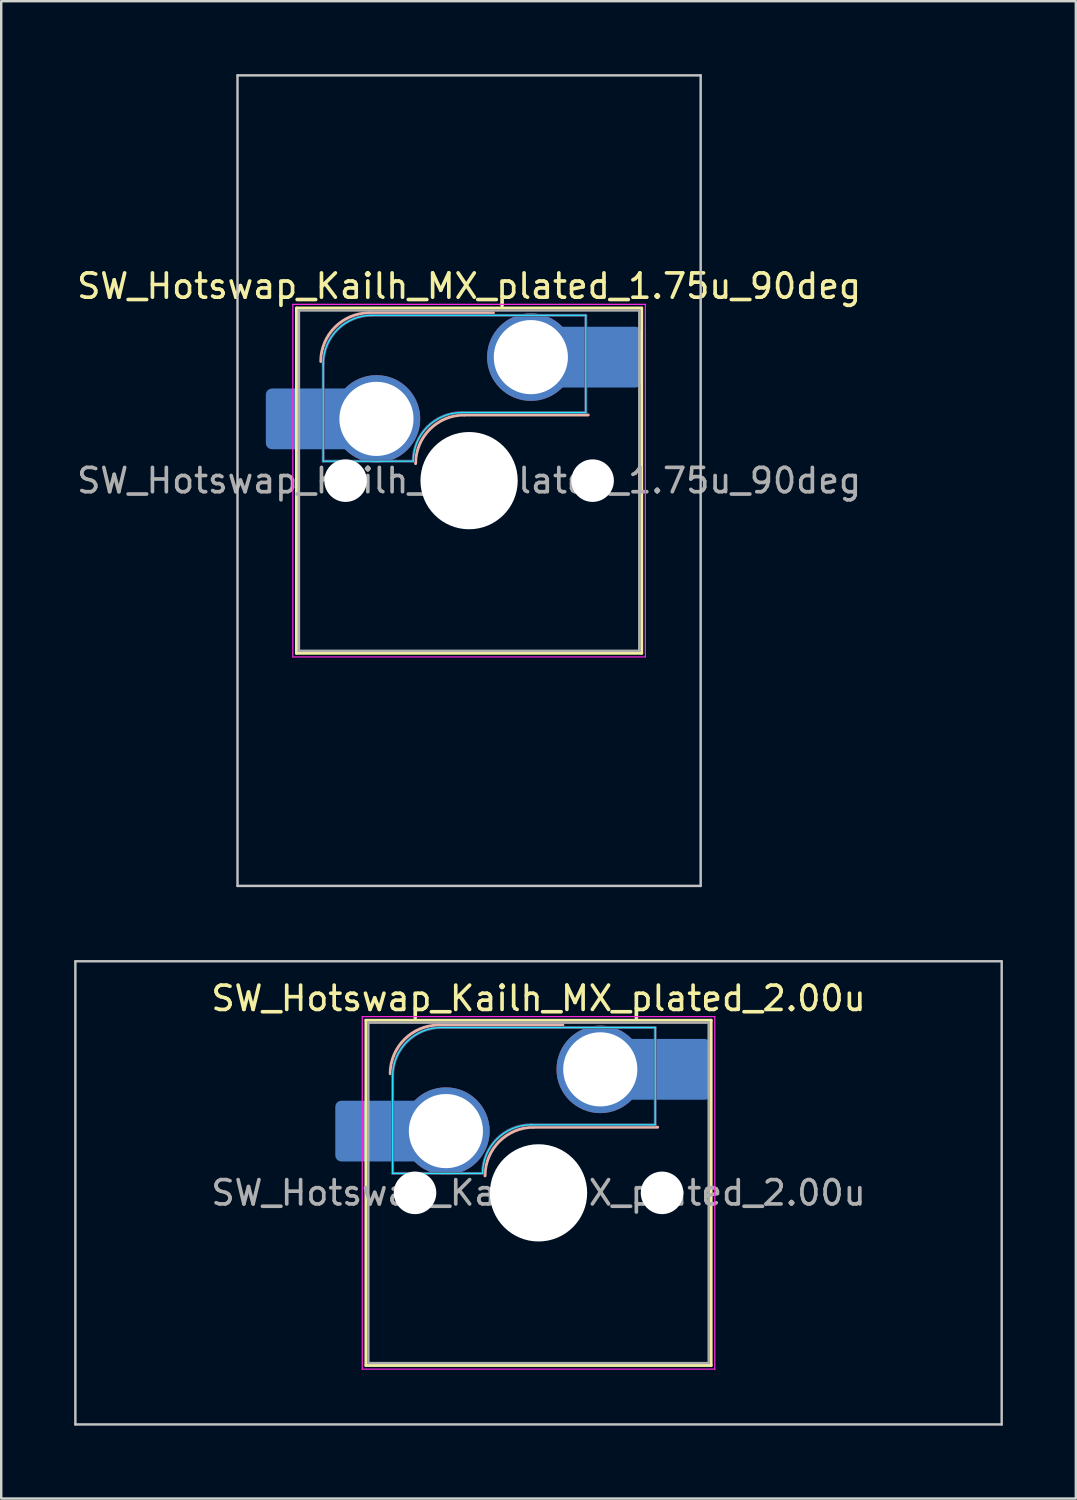
<source format=kicad_pcb>
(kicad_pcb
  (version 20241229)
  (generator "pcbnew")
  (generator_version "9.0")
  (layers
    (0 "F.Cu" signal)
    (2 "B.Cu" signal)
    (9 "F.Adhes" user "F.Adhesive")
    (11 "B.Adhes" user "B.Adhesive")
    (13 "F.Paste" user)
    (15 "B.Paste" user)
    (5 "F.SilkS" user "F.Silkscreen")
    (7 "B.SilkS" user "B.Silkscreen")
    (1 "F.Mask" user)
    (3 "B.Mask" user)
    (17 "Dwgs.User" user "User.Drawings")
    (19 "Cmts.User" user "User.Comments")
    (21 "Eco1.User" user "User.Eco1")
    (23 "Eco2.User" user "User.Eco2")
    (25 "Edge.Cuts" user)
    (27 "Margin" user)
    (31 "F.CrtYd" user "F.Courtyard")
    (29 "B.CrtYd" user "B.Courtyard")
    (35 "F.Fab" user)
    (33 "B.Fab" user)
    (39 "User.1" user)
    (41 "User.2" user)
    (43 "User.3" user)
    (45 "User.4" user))
  (footprint "SW_Hotswap_Kailh_MX_plated_1.75u_90deg"
    (layer "F.Cu")
    (at 16.244 16.719)
    (property "Reference" "SW_Hotswap_Kailh_MX_plated_1.75u_90deg" (at 0 -8 0) (layer "F.SilkS") (effects (font (size 1 1) (thickness 0.15))))
    (attr smd)
    (fp_line (start -7.1 -7.1) (end -7.1 7.1) (stroke (width 0.12) (type solid)) (layer "F.SilkS"))
    (fp_line (start -7.1 7.1) (end 7.1 7.1) (stroke (width 0.12) (type solid)) (layer "F.SilkS"))
    (fp_line (start 7.1 -7.1) (end -7.1 -7.1) (stroke (width 0.12) (type solid)) (layer "F.SilkS"))
    (fp_line (start 7.1 7.1) (end 7.1 -7.1) (stroke (width 0.12) (type solid)) (layer "F.SilkS"))
    (fp_line (start -4.1 -6.9) (end 1 -6.9) (stroke (width 0.12) (type solid)) (layer "B.SilkS"))
    (fp_line (start -0.2 -2.7) (end 4.9 -2.7) (stroke (width 0.12) (type solid)) (layer "B.SilkS"))
    (fp_arc (start -6.1 -4.9) (mid -5.514214 -6.314214) (end -4.1 -6.9) (stroke (width 0.12) (type solid)) (layer "B.SilkS"))
    (fp_arc (start -2.2 -0.7) (mid -1.614214 -2.114214) (end -0.2 -2.7) (stroke (width 0.12) (type solid)) (layer "B.SilkS"))
    (fp_line (start -9.525 -16.669) (end 9.525 -16.669) (stroke (width 0.1) (type solid)) (layer "Dwgs.User"))
    (fp_line (start -9.525 16.669) (end -9.525 -16.669) (stroke (width 0.1) (type solid)) (layer "Dwgs.User"))
    (fp_line (start 9.525 -16.669) (end 9.525 16.669) (stroke (width 0.1) (type solid)) (layer "Dwgs.User"))
    (fp_line (start 9.525 16.669) (end -9.525 16.669) (stroke (width 0.1) (type solid)) (layer "Dwgs.User"))
    (fp_line (start -7.8 -6) (end -7 -6) (stroke (width 0.1) (type solid)) (layer "Eco1.User"))
    (fp_line (start -7.8 -2.9) (end -7.8 -6) (stroke (width 0.1) (type solid)) (layer "Eco1.User"))
    (fp_line (start -7.8 2.9) (end -7 2.9) (stroke (width 0.1) (type solid)) (layer "Eco1.User"))
    (fp_line (start -7.8 6) (end -7.8 2.9) (stroke (width 0.1) (type solid)) (layer "Eco1.User"))
    (fp_line (start -7 -7) (end 7 -7) (stroke (width 0.1) (type solid)) (layer "Eco1.User"))
    (fp_line (start -7 -6) (end -7 -7) (stroke (width 0.1) (type solid)) (layer "Eco1.User"))
    (fp_line (start -7 -2.9) (end -7.8 -2.9) (stroke (width 0.1) (type solid)) (layer "Eco1.User"))
    (fp_line (start -7 2.9) (end -7 -2.9) (stroke (width 0.1) (type solid)) (layer "Eco1.User"))
    (fp_line (start -7 6) (end -7.8 6) (stroke (width 0.1) (type solid)) (layer "Eco1.User"))
    (fp_line (start -7 7) (end -7 6) (stroke (width 0.1) (type solid)) (layer "Eco1.User"))
    (fp_line (start 7 -7) (end 7 -6) (stroke (width 0.1) (type solid)) (layer "Eco1.User"))
    (fp_line (start 7 -6) (end 7.8 -6) (stroke (width 0.1) (type solid)) (layer "Eco1.User"))
    (fp_line (start 7 -2.9) (end 7 2.9) (stroke (width 0.1) (type solid)) (layer "Eco1.User"))
    (fp_line (start 7 2.9) (end 7.8 2.9) (stroke (width 0.1) (type solid)) (layer "Eco1.User"))
    (fp_line (start 7 6) (end 7 7) (stroke (width 0.1) (type solid)) (layer "Eco1.User"))
    (fp_line (start 7 7) (end -7 7) (stroke (width 0.1) (type solid)) (layer "Eco1.User"))
    (fp_line (start 7.8 -6) (end 7.8 -2.9) (stroke (width 0.1) (type solid)) (layer "Eco1.User"))
    (fp_line (start 7.8 -2.9) (end 7 -2.9) (stroke (width 0.1) (type solid)) (layer "Eco1.User"))
    (fp_line (start 7.8 2.9) (end 7.8 6) (stroke (width 0.1) (type solid)) (layer "Eco1.User"))
    (fp_line (start 7.8 6) (end 7 6) (stroke (width 0.1) (type solid)) (layer "Eco1.User"))
    (fp_line (start -6 -0.8) (end -6 -4.8) (stroke (width 0.05) (type solid)) (layer "B.CrtYd"))
    (fp_line (start -6 -0.8) (end -2.3 -0.8) (stroke (width 0.05) (type solid)) (layer "B.CrtYd"))
    (fp_line (start -4 -6.8) (end 4.8 -6.8) (stroke (width 0.05) (type solid)) (layer "B.CrtYd"))
    (fp_line (start -0.3 -2.8) (end 4.8 -2.8) (stroke (width 0.05) (type solid)) (layer "B.CrtYd"))
    (fp_line (start 4.8 -6.8) (end 4.8 -2.8) (stroke (width 0.05) (type solid)) (layer "B.CrtYd"))
    (fp_arc (start -6 -4.8) (mid -5.414214 -6.214214) (end -4 -6.8) (stroke (width 0.05) (type solid)) (layer "B.CrtYd"))
    (fp_arc (start -2.3 -0.8) (mid -1.714214 -2.214214) (end -0.3 -2.8) (stroke (width 0.05) (type solid)) (layer "B.CrtYd"))
    (fp_line (start -7.25 -7.25) (end -7.25 7.25) (stroke (width 0.05) (type solid)) (layer "F.CrtYd"))
    (fp_line (start -7.25 7.25) (end 7.25 7.25) (stroke (width 0.05) (type solid)) (layer "F.CrtYd"))
    (fp_line (start 7.25 -7.25) (end -7.25 -7.25) (stroke (width 0.05) (type solid)) (layer "F.CrtYd"))
    (fp_line (start 7.25 7.25) (end 7.25 -7.25) (stroke (width 0.05) (type solid)) (layer "F.CrtYd"))
    (fp_line (start -6 -0.8) (end -6 -4.8) (stroke (width 0.12) (type solid)) (layer "B.Fab"))
    (fp_line (start -6 -0.8) (end -2.3 -0.8) (stroke (width 0.12) (type solid)) (layer "B.Fab"))
    (fp_line (start -4 -6.8) (end 4.8 -6.8) (stroke (width 0.12) (type solid)) (layer "B.Fab"))
    (fp_line (start -0.3 -2.8) (end 4.8 -2.8) (stroke (width 0.12) (type solid)) (layer "B.Fab"))
    (fp_line (start 4.8 -6.8) (end 4.8 -2.8) (stroke (width 0.12) (type solid)) (layer "B.Fab"))
    (fp_arc (start -6 -4.8) (mid -5.414214 -6.214214) (end -4 -6.8) (stroke (width 0.12) (type solid)) (layer "B.Fab"))
    (fp_arc (start -2.3 -0.8) (mid -1.714214 -2.214214) (end -0.3 -2.8) (stroke (width 0.12) (type solid)) (layer "B.Fab"))
    (fp_line (start -7 -7) (end -7 7) (stroke (width 0.1) (type solid)) (layer "F.Fab"))
    (fp_line (start -7 7) (end 7 7) (stroke (width 0.1) (type solid)) (layer "F.Fab"))
    (fp_line (start 7 -7) (end -7 -7) (stroke (width 0.1) (type solid)) (layer "F.Fab"))
    (fp_line (start 7 7) (end 7 -7) (stroke (width 0.1) (type solid)) (layer "F.Fab"))
    (fp_text user "${REFERENCE}" (at 0 0 0) (layer "F.Fab") (effects (font (size 1 1) (thickness 0.15))))
    (pad "" smd roundrect (at -7.085 -2.54) (size 2.55 2.5) (layers "B.Mask" "B.Paste") (roundrect_rratio 0.1))
    (pad "" np_thru_hole circle (at -5.08 0) (size 1.75 1.75) (drill 1.75) (layers "*.Cu" "*.Mask"))
    (pad "" smd circle (at -3.81 -2.54) (size 3.1 3.1) (layers "F.Mask"))
    (pad "" np_thru_hole circle (at 0 0) (size 4 4) (drill 4) (layers "*.Cu" "*.Mask"))
    (pad "" smd circle (at 2.54 -5.08) (size 3.1 3.1) (layers "F.Mask"))
    (pad "" np_thru_hole circle (at 5.08 0) (size 1.75 1.75) (drill 1.75) (layers "*.Cu" "*.Mask"))
    (pad "" smd roundrect (at 5.842 -5.08) (size 2.55 2.5) (layers "B.Mask" "B.Paste") (roundrect_rratio 0.1))
    (pad "1" smd roundrect (at -6.585 -2.54) (size 3.55 2.5) (layers "B.Cu") (roundrect_rratio 0.1))
    (pad "1" thru_hole circle (at -3.81 -2.54) (size 3.6 3.6) (drill 3.05) (layers "*.Cu" "B.Mask"))
    (pad "2" thru_hole circle (at 2.54 -5.08) (size 3.6 3.6) (drill 3.05) (layers "*.Cu" "B.Mask"))
    (pad "2" smd roundrect (at 5.32 -5.08) (size 3.55 2.5) (layers "B.Cu") (roundrect_rratio 0.1)))
  (footprint "SW_Hotswap_Kailh_MX_plated_2.00u"
    (layer "F.Cu")
    (at 19.1 46.013)
    (property "Reference" "SW_Hotswap_Kailh_MX_plated_2.00u" (at 0 -8 0) (layer "F.SilkS") (effects (font (size 1 1) (thickness 0.15))))
    (attr smd)
    (fp_line (start -7.1 -7.1) (end -7.1 7.1) (stroke (width 0.12) (type solid)) (layer "F.SilkS"))
    (fp_line (start -7.1 7.1) (end 7.1 7.1) (stroke (width 0.12) (type solid)) (layer "F.SilkS"))
    (fp_line (start 7.1 -7.1) (end -7.1 -7.1) (stroke (width 0.12) (type solid)) (layer "F.SilkS"))
    (fp_line (start 7.1 7.1) (end 7.1 -7.1) (stroke (width 0.12) (type solid)) (layer "F.SilkS"))
    (fp_line (start -4.1 -6.9) (end 1 -6.9) (stroke (width 0.12) (type solid)) (layer "B.SilkS"))
    (fp_line (start -0.2 -2.7) (end 4.9 -2.7) (stroke (width 0.12) (type solid)) (layer "B.SilkS"))
    (fp_arc (start -6.1 -4.9) (mid -5.514214 -6.314214) (end -4.1 -6.9) (stroke (width 0.12) (type solid)) (layer "B.SilkS"))
    (fp_arc (start -2.2 -0.7) (mid -1.614214 -2.114214) (end -0.2 -2.7) (stroke (width 0.12) (type solid)) (layer "B.SilkS"))
    (fp_line (start -19.05 -9.525) (end -19.05 9.525) (stroke (width 0.1) (type solid)) (layer "Dwgs.User"))
    (fp_line (start -19.05 9.525) (end 19.05 9.525) (stroke (width 0.1) (type solid)) (layer "Dwgs.User"))
    (fp_line (start 19.05 -9.525) (end -19.05 -9.525) (stroke (width 0.1) (type solid)) (layer "Dwgs.User"))
    (fp_line (start 19.05 9.525) (end 19.05 -9.525) (stroke (width 0.1) (type solid)) (layer "Dwgs.User"))
    (fp_line (start -7.8 -6) (end -7 -6) (stroke (width 0.1) (type solid)) (layer "Eco1.User"))
    (fp_line (start -7.8 -2.9) (end -7.8 -6) (stroke (width 0.1) (type solid)) (layer "Eco1.User"))
    (fp_line (start -7.8 2.9) (end -7 2.9) (stroke (width 0.1) (type solid)) (layer "Eco1.User"))
    (fp_line (start -7.8 6) (end -7.8 2.9) (stroke (width 0.1) (type solid)) (layer "Eco1.User"))
    (fp_line (start -7 -7) (end 7 -7) (stroke (width 0.1) (type solid)) (layer "Eco1.User"))
    (fp_line (start -7 -6) (end -7 -7) (stroke (width 0.1) (type solid)) (layer "Eco1.User"))
    (fp_line (start -7 -2.9) (end -7.8 -2.9) (stroke (width 0.1) (type solid)) (layer "Eco1.User"))
    (fp_line (start -7 2.9) (end -7 -2.9) (stroke (width 0.1) (type solid)) (layer "Eco1.User"))
    (fp_line (start -7 6) (end -7.8 6) (stroke (width 0.1) (type solid)) (layer "Eco1.User"))
    (fp_line (start -7 7) (end -7 6) (stroke (width 0.1) (type solid)) (layer "Eco1.User"))
    (fp_line (start 7 -7) (end 7 -6) (stroke (width 0.1) (type solid)) (layer "Eco1.User"))
    (fp_line (start 7 -6) (end 7.8 -6) (stroke (width 0.1) (type solid)) (layer "Eco1.User"))
    (fp_line (start 7 -2.9) (end 7 2.9) (stroke (width 0.1) (type solid)) (layer "Eco1.User"))
    (fp_line (start 7 2.9) (end 7.8 2.9) (stroke (width 0.1) (type solid)) (layer "Eco1.User"))
    (fp_line (start 7 6) (end 7 7) (stroke (width 0.1) (type solid)) (layer "Eco1.User"))
    (fp_line (start 7 7) (end -7 7) (stroke (width 0.1) (type solid)) (layer "Eco1.User"))
    (fp_line (start 7.8 -6) (end 7.8 -2.9) (stroke (width 0.1) (type solid)) (layer "Eco1.User"))
    (fp_line (start 7.8 -2.9) (end 7 -2.9) (stroke (width 0.1) (type solid)) (layer "Eco1.User"))
    (fp_line (start 7.8 2.9) (end 7.8 6) (stroke (width 0.1) (type solid)) (layer "Eco1.User"))
    (fp_line (start 7.8 6) (end 7 6) (stroke (width 0.1) (type solid)) (layer "Eco1.User"))
    (fp_line (start -6 -0.8) (end -6 -4.8) (stroke (width 0.05) (type solid)) (layer "B.CrtYd"))
    (fp_line (start -6 -0.8) (end -2.3 -0.8) (stroke (width 0.05) (type solid)) (layer "B.CrtYd"))
    (fp_line (start -4 -6.8) (end 4.8 -6.8) (stroke (width 0.05) (type solid)) (layer "B.CrtYd"))
    (fp_line (start -0.3 -2.8) (end 4.8 -2.8) (stroke (width 0.05) (type solid)) (layer "B.CrtYd"))
    (fp_line (start 4.8 -6.8) (end 4.8 -2.8) (stroke (width 0.05) (type solid)) (layer "B.CrtYd"))
    (fp_arc (start -6 -4.8) (mid -5.414214 -6.214214) (end -4 -6.8) (stroke (width 0.05) (type solid)) (layer "B.CrtYd"))
    (fp_arc (start -2.3 -0.8) (mid -1.714214 -2.214214) (end -0.3 -2.8) (stroke (width 0.05) (type solid)) (layer "B.CrtYd"))
    (fp_line (start -7.25 -7.25) (end -7.25 7.25) (stroke (width 0.05) (type solid)) (layer "F.CrtYd"))
    (fp_line (start -7.25 7.25) (end 7.25 7.25) (stroke (width 0.05) (type solid)) (layer "F.CrtYd"))
    (fp_line (start 7.25 -7.25) (end -7.25 -7.25) (stroke (width 0.05) (type solid)) (layer "F.CrtYd"))
    (fp_line (start 7.25 7.25) (end 7.25 -7.25) (stroke (width 0.05) (type solid)) (layer "F.CrtYd"))
    (fp_line (start -6 -0.8) (end -6 -4.8) (stroke (width 0.12) (type solid)) (layer "B.Fab"))
    (fp_line (start -6 -0.8) (end -2.3 -0.8) (stroke (width 0.12) (type solid)) (layer "B.Fab"))
    (fp_line (start -4 -6.8) (end 4.8 -6.8) (stroke (width 0.12) (type solid)) (layer "B.Fab"))
    (fp_line (start -0.3 -2.8) (end 4.8 -2.8) (stroke (width 0.12) (type solid)) (layer "B.Fab"))
    (fp_line (start 4.8 -6.8) (end 4.8 -2.8) (stroke (width 0.12) (type solid)) (layer "B.Fab"))
    (fp_arc (start -6 -4.8) (mid -5.414214 -6.214214) (end -4 -6.8) (stroke (width 0.12) (type solid)) (layer "B.Fab"))
    (fp_arc (start -2.3 -0.8) (mid -1.714214 -2.214214) (end -0.3 -2.8) (stroke (width 0.12) (type solid)) (layer "B.Fab"))
    (fp_line (start -7 -7) (end -7 7) (stroke (width 0.1) (type solid)) (layer "F.Fab"))
    (fp_line (start -7 7) (end 7 7) (stroke (width 0.1) (type solid)) (layer "F.Fab"))
    (fp_line (start 7 -7) (end -7 -7) (stroke (width 0.1) (type solid)) (layer "F.Fab"))
    (fp_line (start 7 7) (end 7 -7) (stroke (width 0.1) (type solid)) (layer "F.Fab"))
    (fp_text user "${REFERENCE}" (at 0 0 0) (layer "F.Fab") (effects (font (size 1 1) (thickness 0.15))))
    (pad "" smd roundrect (at -7.085 -2.54) (size 2.55 2.5) (layers "B.Mask" "B.Paste") (roundrect_rratio 0.1))
    (pad "" np_thru_hole circle (at -5.08 0) (size 1.75 1.75) (drill 1.75) (layers "*.Cu" "*.Mask"))
    (pad "" smd circle (at -3.81 -2.54) (size 3.1 3.1) (layers "F.Mask"))
    (pad "" np_thru_hole circle (at 0 0) (size 4 4) (drill 4) (layers "*.Cu" "*.Mask"))
    (pad "" smd circle (at 2.54 -5.08) (size 3.1 3.1) (layers "F.Mask"))
    (pad "" np_thru_hole circle (at 5.08 0) (size 1.75 1.75) (drill 1.75) (layers "*.Cu" "*.Mask"))
    (pad "" smd roundrect (at 5.842 -5.08) (size 2.55 2.5) (layers "B.Mask" "B.Paste") (roundrect_rratio 0.1))
    (pad "1" smd roundrect (at -6.585 -2.54) (size 3.55 2.5) (layers "B.Cu") (roundrect_rratio 0.1))
    (pad "1" thru_hole circle (at -3.81 -2.54) (size 3.6 3.6) (drill 3.05) (layers "*.Cu" "B.Mask"))
    (pad "2" thru_hole circle (at 2.54 -5.08) (size 3.6 3.6) (drill 3.05) (layers "*.Cu" "B.Mask"))
    (pad "2" smd roundrect (at 5.32 -5.08) (size 3.55 2.5) (layers "B.Cu") (roundrect_rratio 0.1)))
  (gr_rect
    (start -3 -3)
    (end 41.2 58.587)
    (stroke (width 0.1) (type default))
    (fill no)
    (layer "Edge.Cuts")))
</source>
